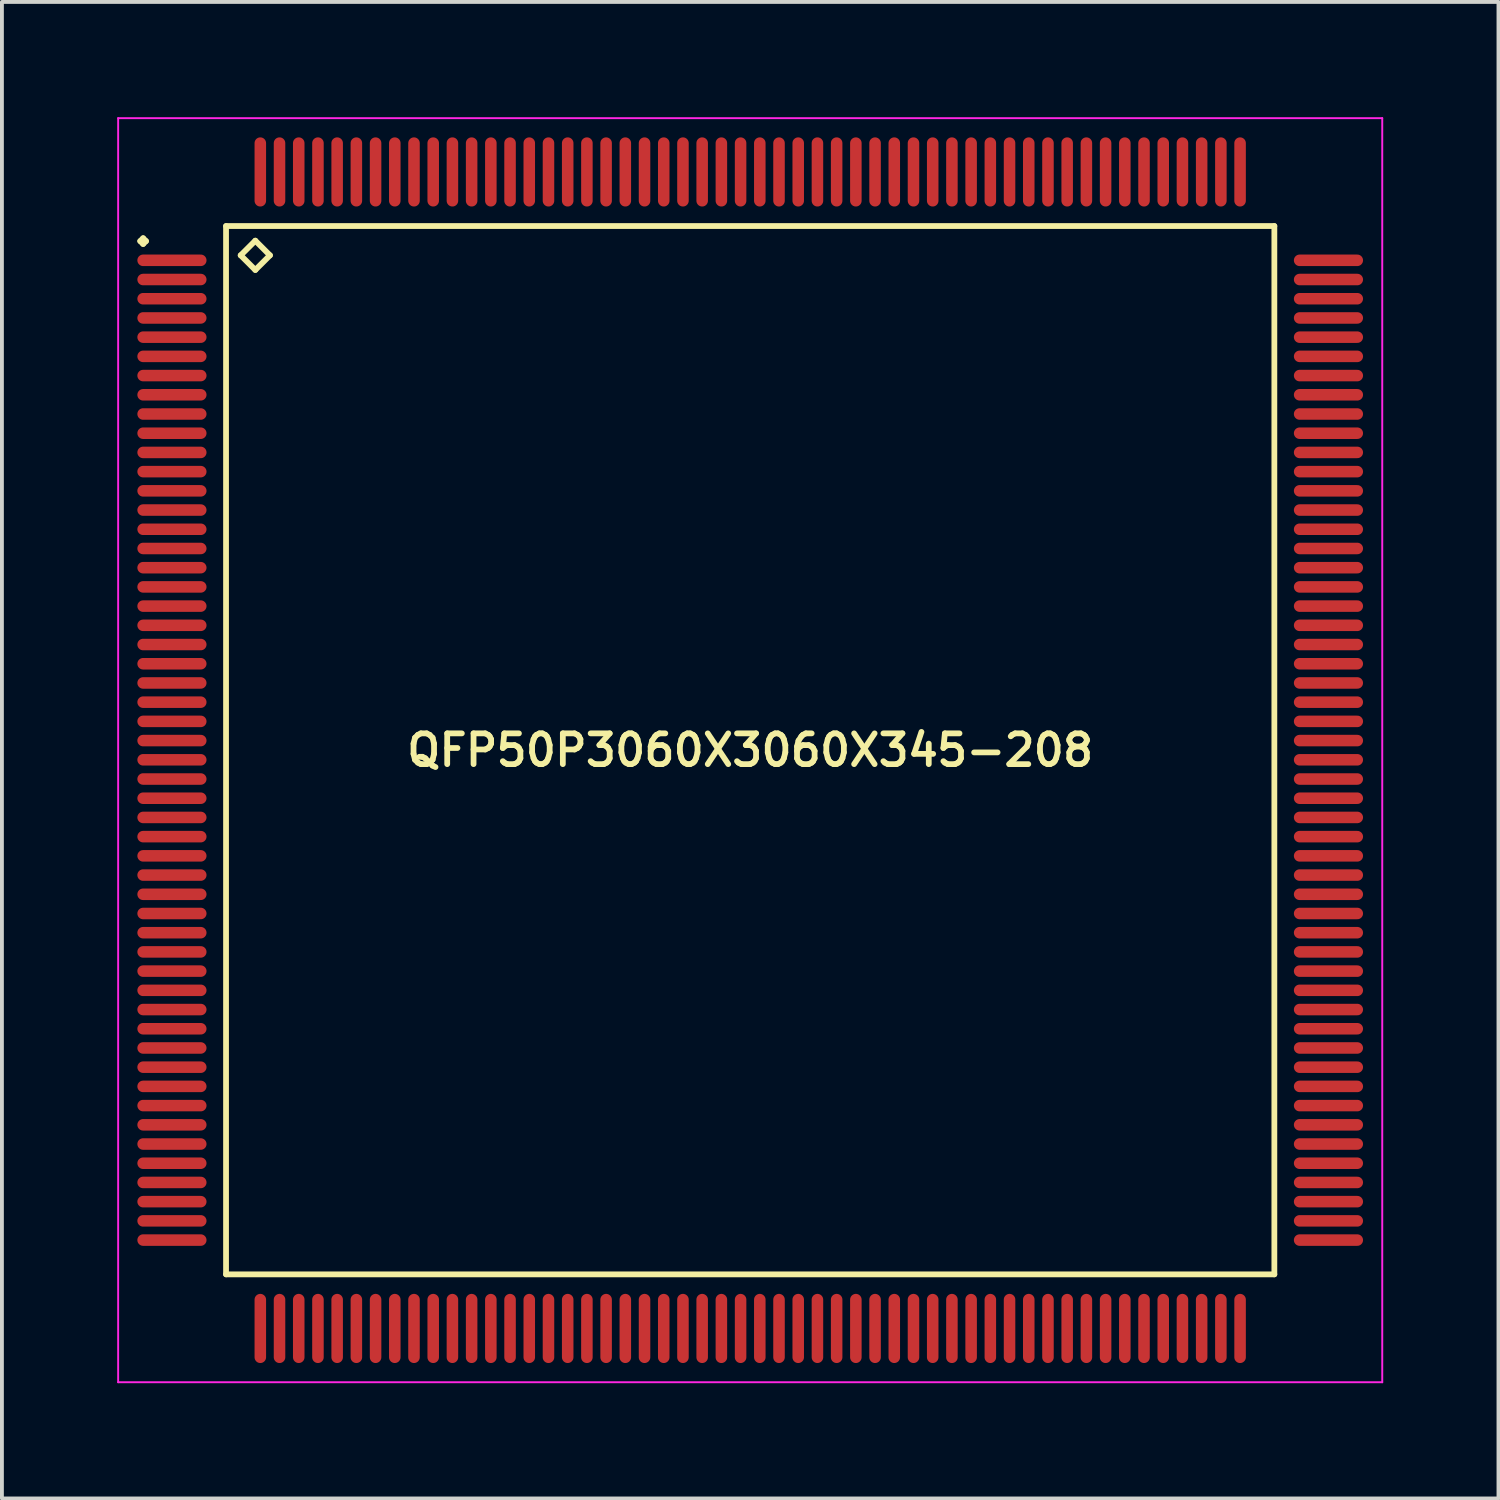
<source format=kicad_pcb>
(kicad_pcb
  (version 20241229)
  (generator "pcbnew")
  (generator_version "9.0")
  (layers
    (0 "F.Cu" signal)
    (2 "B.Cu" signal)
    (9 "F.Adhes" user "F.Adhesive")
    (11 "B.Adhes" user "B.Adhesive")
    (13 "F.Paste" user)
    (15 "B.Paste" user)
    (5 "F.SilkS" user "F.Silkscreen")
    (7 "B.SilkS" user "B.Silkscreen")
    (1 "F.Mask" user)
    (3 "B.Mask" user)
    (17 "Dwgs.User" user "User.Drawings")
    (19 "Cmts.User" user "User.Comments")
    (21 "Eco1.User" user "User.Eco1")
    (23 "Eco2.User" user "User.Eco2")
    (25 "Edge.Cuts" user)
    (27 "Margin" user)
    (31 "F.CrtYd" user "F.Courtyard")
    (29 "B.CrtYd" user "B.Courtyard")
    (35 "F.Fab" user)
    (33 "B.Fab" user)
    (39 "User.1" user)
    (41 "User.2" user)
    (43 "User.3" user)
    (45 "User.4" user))
  (footprint "QFP50P3060X3060X345-208"
    (layer "F.Cu")
    (at 16.475 16.475)
    (property "Reference" "QFP50P3060X3060X345-208" (at 0 0 0) (layer "F.SilkS") (effects (font (size 0.8 0.8) (thickness 0.15))))
    (attr smd)
    (fp_line (start -15.875 -13.25) (end -15.8 -13.325) (stroke (width 0.15) (type solid)) (layer "F.SilkS"))
    (fp_line (start -15.8 -13.325) (end -15.725 -13.25) (stroke (width 0.15) (type solid)) (layer "F.SilkS"))
    (fp_line (start -15.8 -13.175) (end -15.875 -13.25) (stroke (width 0.15) (type solid)) (layer "F.SilkS"))
    (fp_line (start -15.725 -13.25) (end -15.8 -13.175) (stroke (width 0.15) (type solid)) (layer "F.SilkS"))
    (fp_line (start -13.642 -13.642) (end -13.642 13.642) (stroke (width 0.15) (type solid)) (layer "F.SilkS"))
    (fp_line (start -13.642 13.642) (end 13.642 13.642) (stroke (width 0.15) (type solid)) (layer "F.SilkS"))
    (fp_line (start -13.261 -12.88) (end -12.88 -13.261) (stroke (width 0.15) (type solid)) (layer "F.SilkS"))
    (fp_line (start -12.88 -13.261) (end -12.499 -12.88) (stroke (width 0.15) (type solid)) (layer "F.SilkS"))
    (fp_line (start -12.88 -12.499) (end -13.261 -12.88) (stroke (width 0.15) (type solid)) (layer "F.SilkS"))
    (fp_line (start -12.499 -12.88) (end -12.88 -12.499) (stroke (width 0.15) (type solid)) (layer "F.SilkS"))
    (fp_line (start 13.642 -13.642) (end -13.642 -13.642) (stroke (width 0.15) (type solid)) (layer "F.SilkS"))
    (fp_line (start 13.642 13.642) (end 13.642 -13.642) (stroke (width 0.15) (type solid)) (layer "F.SilkS"))
    (fp_line (start -16.45 -16.45) (end 16.45 -16.45) (stroke (width 0.05) (type solid)) (layer "F.CrtYd"))
    (fp_line (start -16.45 16.45) (end -16.45 -16.45) (stroke (width 0.05) (type solid)) (layer "F.CrtYd"))
    (fp_line (start 16.45 -16.45) (end 16.45 16.45) (stroke (width 0.05) (type solid)) (layer "F.CrtYd"))
    (fp_line (start 16.45 16.45) (end -16.45 16.45) (stroke (width 0.05) (type solid)) (layer "F.CrtYd"))
    (pad "1" smd oval (at -15.05 -12.75) (size 1.8 0.3) (layers "F.Cu" "F.Mask" "F.Paste"))
    (pad "2" smd oval (at -15.05 -12.25) (size 1.8 0.3) (layers "F.Cu" "F.Mask" "F.Paste"))
    (pad "3" smd oval (at -15.05 -11.75) (size 1.8 0.3) (layers "F.Cu" "F.Mask" "F.Paste"))
    (pad "4" smd oval (at -15.05 -11.25) (size 1.8 0.3) (layers "F.Cu" "F.Mask" "F.Paste"))
    (pad "5" smd oval (at -15.05 -10.75) (size 1.8 0.3) (layers "F.Cu" "F.Mask" "F.Paste"))
    (pad "6" smd oval (at -15.05 -10.25) (size 1.8 0.3) (layers "F.Cu" "F.Mask" "F.Paste"))
    (pad "7" smd oval (at -15.05 -9.75) (size 1.8 0.3) (layers "F.Cu" "F.Mask" "F.Paste"))
    (pad "8" smd oval (at -15.05 -9.25) (size 1.8 0.3) (layers "F.Cu" "F.Mask" "F.Paste"))
    (pad "9" smd oval (at -15.05 -8.75) (size 1.8 0.3) (layers "F.Cu" "F.Mask" "F.Paste"))
    (pad "10" smd oval (at -15.05 -8.25) (size 1.8 0.3) (layers "F.Cu" "F.Mask" "F.Paste"))
    (pad "11" smd oval (at -15.05 -7.75) (size 1.8 0.3) (layers "F.Cu" "F.Mask" "F.Paste"))
    (pad "12" smd oval (at -15.05 -7.25) (size 1.8 0.3) (layers "F.Cu" "F.Mask" "F.Paste"))
    (pad "13" smd oval (at -15.05 -6.75) (size 1.8 0.3) (layers "F.Cu" "F.Mask" "F.Paste"))
    (pad "14" smd oval (at -15.05 -6.25) (size 1.8 0.3) (layers "F.Cu" "F.Mask" "F.Paste"))
    (pad "15" smd oval (at -15.05 -5.75) (size 1.8 0.3) (layers "F.Cu" "F.Mask" "F.Paste"))
    (pad "16" smd oval (at -15.05 -5.25) (size 1.8 0.3) (layers "F.Cu" "F.Mask" "F.Paste"))
    (pad "17" smd oval (at -15.05 -4.75) (size 1.8 0.3) (layers "F.Cu" "F.Mask" "F.Paste"))
    (pad "18" smd oval (at -15.05 -4.25) (size 1.8 0.3) (layers "F.Cu" "F.Mask" "F.Paste"))
    (pad "19" smd oval (at -15.05 -3.75) (size 1.8 0.3) (layers "F.Cu" "F.Mask" "F.Paste"))
    (pad "20" smd oval (at -15.05 -3.25) (size 1.8 0.3) (layers "F.Cu" "F.Mask" "F.Paste"))
    (pad "21" smd oval (at -15.05 -2.75) (size 1.8 0.3) (layers "F.Cu" "F.Mask" "F.Paste"))
    (pad "22" smd oval (at -15.05 -2.25) (size 1.8 0.3) (layers "F.Cu" "F.Mask" "F.Paste"))
    (pad "23" smd oval (at -15.05 -1.75) (size 1.8 0.3) (layers "F.Cu" "F.Mask" "F.Paste"))
    (pad "24" smd oval (at -15.05 -1.25) (size 1.8 0.3) (layers "F.Cu" "F.Mask" "F.Paste"))
    (pad "25" smd oval (at -15.05 -0.75) (size 1.8 0.3) (layers "F.Cu" "F.Mask" "F.Paste"))
    (pad "26" smd oval (at -15.05 -0.25) (size 1.8 0.3) (layers "F.Cu" "F.Mask" "F.Paste"))
    (pad "27" smd oval (at -15.05 0.25) (size 1.8 0.3) (layers "F.Cu" "F.Mask" "F.Paste"))
    (pad "28" smd oval (at -15.05 0.75) (size 1.8 0.3) (layers "F.Cu" "F.Mask" "F.Paste"))
    (pad "29" smd oval (at -15.05 1.25) (size 1.8 0.3) (layers "F.Cu" "F.Mask" "F.Paste"))
    (pad "30" smd oval (at -15.05 1.75) (size 1.8 0.3) (layers "F.Cu" "F.Mask" "F.Paste"))
    (pad "31" smd oval (at -15.05 2.25) (size 1.8 0.3) (layers "F.Cu" "F.Mask" "F.Paste"))
    (pad "32" smd oval (at -15.05 2.75) (size 1.8 0.3) (layers "F.Cu" "F.Mask" "F.Paste"))
    (pad "33" smd oval (at -15.05 3.25) (size 1.8 0.3) (layers "F.Cu" "F.Mask" "F.Paste"))
    (pad "34" smd oval (at -15.05 3.75) (size 1.8 0.3) (layers "F.Cu" "F.Mask" "F.Paste"))
    (pad "35" smd oval (at -15.05 4.25) (size 1.8 0.3) (layers "F.Cu" "F.Mask" "F.Paste"))
    (pad "36" smd oval (at -15.05 4.75) (size 1.8 0.3) (layers "F.Cu" "F.Mask" "F.Paste"))
    (pad "37" smd oval (at -15.05 5.25) (size 1.8 0.3) (layers "F.Cu" "F.Mask" "F.Paste"))
    (pad "38" smd oval (at -15.05 5.75) (size 1.8 0.3) (layers "F.Cu" "F.Mask" "F.Paste"))
    (pad "39" smd oval (at -15.05 6.25) (size 1.8 0.3) (layers "F.Cu" "F.Mask" "F.Paste"))
    (pad "40" smd oval (at -15.05 6.75) (size 1.8 0.3) (layers "F.Cu" "F.Mask" "F.Paste"))
    (pad "41" smd oval (at -15.05 7.25) (size 1.8 0.3) (layers "F.Cu" "F.Mask" "F.Paste"))
    (pad "42" smd oval (at -15.05 7.75) (size 1.8 0.3) (layers "F.Cu" "F.Mask" "F.Paste"))
    (pad "43" smd oval (at -15.05 8.25) (size 1.8 0.3) (layers "F.Cu" "F.Mask" "F.Paste"))
    (pad "44" smd oval (at -15.05 8.75) (size 1.8 0.3) (layers "F.Cu" "F.Mask" "F.Paste"))
    (pad "45" smd oval (at -15.05 9.25) (size 1.8 0.3) (layers "F.Cu" "F.Mask" "F.Paste"))
    (pad "46" smd oval (at -15.05 9.75) (size 1.8 0.3) (layers "F.Cu" "F.Mask" "F.Paste"))
    (pad "47" smd oval (at -15.05 10.25) (size 1.8 0.3) (layers "F.Cu" "F.Mask" "F.Paste"))
    (pad "48" smd oval (at -15.05 10.75) (size 1.8 0.3) (layers "F.Cu" "F.Mask" "F.Paste"))
    (pad "49" smd oval (at -15.05 11.25) (size 1.8 0.3) (layers "F.Cu" "F.Mask" "F.Paste"))
    (pad "50" smd oval (at -15.05 11.75) (size 1.8 0.3) (layers "F.Cu" "F.Mask" "F.Paste"))
    (pad "51" smd oval (at -15.05 12.25) (size 1.8 0.3) (layers "F.Cu" "F.Mask" "F.Paste"))
    (pad "52" smd oval (at -15.05 12.75) (size 1.8 0.3) (layers "F.Cu" "F.Mask" "F.Paste"))
    (pad "53" smd oval (at -12.75 15.05) (size 0.3 1.8) (layers "F.Cu" "F.Mask" "F.Paste"))
    (pad "54" smd oval (at -12.25 15.05) (size 0.3 1.8) (layers "F.Cu" "F.Mask" "F.Paste"))
    (pad "55" smd oval (at -11.75 15.05) (size 0.3 1.8) (layers "F.Cu" "F.Mask" "F.Paste"))
    (pad "56" smd oval (at -11.25 15.05) (size 0.3 1.8) (layers "F.Cu" "F.Mask" "F.Paste"))
    (pad "57" smd oval (at -10.75 15.05) (size 0.3 1.8) (layers "F.Cu" "F.Mask" "F.Paste"))
    (pad "58" smd oval (at -10.25 15.05) (size 0.3 1.8) (layers "F.Cu" "F.Mask" "F.Paste"))
    (pad "59" smd oval (at -9.75 15.05) (size 0.3 1.8) (layers "F.Cu" "F.Mask" "F.Paste"))
    (pad "60" smd oval (at -9.25 15.05) (size 0.3 1.8) (layers "F.Cu" "F.Mask" "F.Paste"))
    (pad "61" smd oval (at -8.75 15.05) (size 0.3 1.8) (layers "F.Cu" "F.Mask" "F.Paste"))
    (pad "62" smd oval (at -8.25 15.05) (size 0.3 1.8) (layers "F.Cu" "F.Mask" "F.Paste"))
    (pad "63" smd oval (at -7.75 15.05) (size 0.3 1.8) (layers "F.Cu" "F.Mask" "F.Paste"))
    (pad "64" smd oval (at -7.25 15.05) (size 0.3 1.8) (layers "F.Cu" "F.Mask" "F.Paste"))
    (pad "65" smd oval (at -6.75 15.05) (size 0.3 1.8) (layers "F.Cu" "F.Mask" "F.Paste"))
    (pad "66" smd oval (at -6.25 15.05) (size 0.3 1.8) (layers "F.Cu" "F.Mask" "F.Paste"))
    (pad "67" smd oval (at -5.75 15.05) (size 0.3 1.8) (layers "F.Cu" "F.Mask" "F.Paste"))
    (pad "68" smd oval (at -5.25 15.05) (size 0.3 1.8) (layers "F.Cu" "F.Mask" "F.Paste"))
    (pad "69" smd oval (at -4.75 15.05) (size 0.3 1.8) (layers "F.Cu" "F.Mask" "F.Paste"))
    (pad "70" smd oval (at -4.25 15.05) (size 0.3 1.8) (layers "F.Cu" "F.Mask" "F.Paste"))
    (pad "71" smd oval (at -3.75 15.05) (size 0.3 1.8) (layers "F.Cu" "F.Mask" "F.Paste"))
    (pad "72" smd oval (at -3.25 15.05) (size 0.3 1.8) (layers "F.Cu" "F.Mask" "F.Paste"))
    (pad "73" smd oval (at -2.75 15.05) (size 0.3 1.8) (layers "F.Cu" "F.Mask" "F.Paste"))
    (pad "74" smd oval (at -2.25 15.05) (size 0.3 1.8) (layers "F.Cu" "F.Mask" "F.Paste"))
    (pad "75" smd oval (at -1.75 15.05) (size 0.3 1.8) (layers "F.Cu" "F.Mask" "F.Paste"))
    (pad "76" smd oval (at -1.25 15.05) (size 0.3 1.8) (layers "F.Cu" "F.Mask" "F.Paste"))
    (pad "77" smd oval (at -0.75 15.05) (size 0.3 1.8) (layers "F.Cu" "F.Mask" "F.Paste"))
    (pad "78" smd oval (at -0.25 15.05) (size 0.3 1.8) (layers "F.Cu" "F.Mask" "F.Paste"))
    (pad "79" smd oval (at 0.25 15.05) (size 0.3 1.8) (layers "F.Cu" "F.Mask" "F.Paste"))
    (pad "80" smd oval (at 0.75 15.05) (size 0.3 1.8) (layers "F.Cu" "F.Mask" "F.Paste"))
    (pad "81" smd oval (at 1.25 15.05) (size 0.3 1.8) (layers "F.Cu" "F.Mask" "F.Paste"))
    (pad "82" smd oval (at 1.75 15.05) (size 0.3 1.8) (layers "F.Cu" "F.Mask" "F.Paste"))
    (pad "83" smd oval (at 2.25 15.05) (size 0.3 1.8) (layers "F.Cu" "F.Mask" "F.Paste"))
    (pad "84" smd oval (at 2.75 15.05) (size 0.3 1.8) (layers "F.Cu" "F.Mask" "F.Paste"))
    (pad "85" smd oval (at 3.25 15.05) (size 0.3 1.8) (layers "F.Cu" "F.Mask" "F.Paste"))
    (pad "86" smd oval (at 3.75 15.05) (size 0.3 1.8) (layers "F.Cu" "F.Mask" "F.Paste"))
    (pad "87" smd oval (at 4.25 15.05) (size 0.3 1.8) (layers "F.Cu" "F.Mask" "F.Paste"))
    (pad "88" smd oval (at 4.75 15.05) (size 0.3 1.8) (layers "F.Cu" "F.Mask" "F.Paste"))
    (pad "89" smd oval (at 5.25 15.05) (size 0.3 1.8) (layers "F.Cu" "F.Mask" "F.Paste"))
    (pad "90" smd oval (at 5.75 15.05) (size 0.3 1.8) (layers "F.Cu" "F.Mask" "F.Paste"))
    (pad "91" smd oval (at 6.25 15.05) (size 0.3 1.8) (layers "F.Cu" "F.Mask" "F.Paste"))
    (pad "92" smd oval (at 6.75 15.05) (size 0.3 1.8) (layers "F.Cu" "F.Mask" "F.Paste"))
    (pad "93" smd oval (at 7.25 15.05) (size 0.3 1.8) (layers "F.Cu" "F.Mask" "F.Paste"))
    (pad "94" smd oval (at 7.75 15.05) (size 0.3 1.8) (layers "F.Cu" "F.Mask" "F.Paste"))
    (pad "95" smd oval (at 8.25 15.05) (size 0.3 1.8) (layers "F.Cu" "F.Mask" "F.Paste"))
    (pad "96" smd oval (at 8.75 15.05) (size 0.3 1.8) (layers "F.Cu" "F.Mask" "F.Paste"))
    (pad "97" smd oval (at 9.25 15.05) (size 0.3 1.8) (layers "F.Cu" "F.Mask" "F.Paste"))
    (pad "98" smd oval (at 9.75 15.05) (size 0.3 1.8) (layers "F.Cu" "F.Mask" "F.Paste"))
    (pad "99" smd oval (at 10.25 15.05) (size 0.3 1.8) (layers "F.Cu" "F.Mask" "F.Paste"))
    (pad "100" smd oval (at 10.75 15.05) (size 0.3 1.8) (layers "F.Cu" "F.Mask" "F.Paste"))
    (pad "101" smd oval (at 11.25 15.05) (size 0.3 1.8) (layers "F.Cu" "F.Mask" "F.Paste"))
    (pad "102" smd oval (at 11.75 15.05) (size 0.3 1.8) (layers "F.Cu" "F.Mask" "F.Paste"))
    (pad "103" smd oval (at 12.25 15.05) (size 0.3 1.8) (layers "F.Cu" "F.Mask" "F.Paste"))
    (pad "104" smd oval (at 12.75 15.05) (size 0.3 1.8) (layers "F.Cu" "F.Mask" "F.Paste"))
    (pad "105" smd oval (at 15.05 12.75) (size 1.8 0.3) (layers "F.Cu" "F.Mask" "F.Paste"))
    (pad "106" smd oval (at 15.05 12.25) (size 1.8 0.3) (layers "F.Cu" "F.Mask" "F.Paste"))
    (pad "107" smd oval (at 15.05 11.75) (size 1.8 0.3) (layers "F.Cu" "F.Mask" "F.Paste"))
    (pad "108" smd oval (at 15.05 11.25) (size 1.8 0.3) (layers "F.Cu" "F.Mask" "F.Paste"))
    (pad "109" smd oval (at 15.05 10.75) (size 1.8 0.3) (layers "F.Cu" "F.Mask" "F.Paste"))
    (pad "110" smd oval (at 15.05 10.25) (size 1.8 0.3) (layers "F.Cu" "F.Mask" "F.Paste"))
    (pad "111" smd oval (at 15.05 9.75) (size 1.8 0.3) (layers "F.Cu" "F.Mask" "F.Paste"))
    (pad "112" smd oval (at 15.05 9.25) (size 1.8 0.3) (layers "F.Cu" "F.Mask" "F.Paste"))
    (pad "113" smd oval (at 15.05 8.75) (size 1.8 0.3) (layers "F.Cu" "F.Mask" "F.Paste"))
    (pad "114" smd oval (at 15.05 8.25) (size 1.8 0.3) (layers "F.Cu" "F.Mask" "F.Paste"))
    (pad "115" smd oval (at 15.05 7.75) (size 1.8 0.3) (layers "F.Cu" "F.Mask" "F.Paste"))
    (pad "116" smd oval (at 15.05 7.25) (size 1.8 0.3) (layers "F.Cu" "F.Mask" "F.Paste"))
    (pad "117" smd oval (at 15.05 6.75) (size 1.8 0.3) (layers "F.Cu" "F.Mask" "F.Paste"))
    (pad "118" smd oval (at 15.05 6.25) (size 1.8 0.3) (layers "F.Cu" "F.Mask" "F.Paste"))
    (pad "119" smd oval (at 15.05 5.75) (size 1.8 0.3) (layers "F.Cu" "F.Mask" "F.Paste"))
    (pad "120" smd oval (at 15.05 5.25) (size 1.8 0.3) (layers "F.Cu" "F.Mask" "F.Paste"))
    (pad "121" smd oval (at 15.05 4.75) (size 1.8 0.3) (layers "F.Cu" "F.Mask" "F.Paste"))
    (pad "122" smd oval (at 15.05 4.25) (size 1.8 0.3) (layers "F.Cu" "F.Mask" "F.Paste"))
    (pad "123" smd oval (at 15.05 3.75) (size 1.8 0.3) (layers "F.Cu" "F.Mask" "F.Paste"))
    (pad "124" smd oval (at 15.05 3.25) (size 1.8 0.3) (layers "F.Cu" "F.Mask" "F.Paste"))
    (pad "125" smd oval (at 15.05 2.75) (size 1.8 0.3) (layers "F.Cu" "F.Mask" "F.Paste"))
    (pad "126" smd oval (at 15.05 2.25) (size 1.8 0.3) (layers "F.Cu" "F.Mask" "F.Paste"))
    (pad "127" smd oval (at 15.05 1.75) (size 1.8 0.3) (layers "F.Cu" "F.Mask" "F.Paste"))
    (pad "128" smd oval (at 15.05 1.25) (size 1.8 0.3) (layers "F.Cu" "F.Mask" "F.Paste"))
    (pad "129" smd oval (at 15.05 0.75) (size 1.8 0.3) (layers "F.Cu" "F.Mask" "F.Paste"))
    (pad "130" smd oval (at 15.05 0.25) (size 1.8 0.3) (layers "F.Cu" "F.Mask" "F.Paste"))
    (pad "131" smd oval (at 15.05 -0.25) (size 1.8 0.3) (layers "F.Cu" "F.Mask" "F.Paste"))
    (pad "132" smd oval (at 15.05 -0.75) (size 1.8 0.3) (layers "F.Cu" "F.Mask" "F.Paste"))
    (pad "133" smd oval (at 15.05 -1.25) (size 1.8 0.3) (layers "F.Cu" "F.Mask" "F.Paste"))
    (pad "134" smd oval (at 15.05 -1.75) (size 1.8 0.3) (layers "F.Cu" "F.Mask" "F.Paste"))
    (pad "135" smd oval (at 15.05 -2.25) (size 1.8 0.3) (layers "F.Cu" "F.Mask" "F.Paste"))
    (pad "136" smd oval (at 15.05 -2.75) (size 1.8 0.3) (layers "F.Cu" "F.Mask" "F.Paste"))
    (pad "137" smd oval (at 15.05 -3.25) (size 1.8 0.3) (layers "F.Cu" "F.Mask" "F.Paste"))
    (pad "138" smd oval (at 15.05 -3.75) (size 1.8 0.3) (layers "F.Cu" "F.Mask" "F.Paste"))
    (pad "139" smd oval (at 15.05 -4.25) (size 1.8 0.3) (layers "F.Cu" "F.Mask" "F.Paste"))
    (pad "140" smd oval (at 15.05 -4.75) (size 1.8 0.3) (layers "F.Cu" "F.Mask" "F.Paste"))
    (pad "141" smd oval (at 15.05 -5.25) (size 1.8 0.3) (layers "F.Cu" "F.Mask" "F.Paste"))
    (pad "142" smd oval (at 15.05 -5.75) (size 1.8 0.3) (layers "F.Cu" "F.Mask" "F.Paste"))
    (pad "143" smd oval (at 15.05 -6.25) (size 1.8 0.3) (layers "F.Cu" "F.Mask" "F.Paste"))
    (pad "144" smd oval (at 15.05 -6.75) (size 1.8 0.3) (layers "F.Cu" "F.Mask" "F.Paste"))
    (pad "145" smd oval (at 15.05 -7.25) (size 1.8 0.3) (layers "F.Cu" "F.Mask" "F.Paste"))
    (pad "146" smd oval (at 15.05 -7.75) (size 1.8 0.3) (layers "F.Cu" "F.Mask" "F.Paste"))
    (pad "147" smd oval (at 15.05 -8.25) (size 1.8 0.3) (layers "F.Cu" "F.Mask" "F.Paste"))
    (pad "148" smd oval (at 15.05 -8.75) (size 1.8 0.3) (layers "F.Cu" "F.Mask" "F.Paste"))
    (pad "149" smd oval (at 15.05 -9.25) (size 1.8 0.3) (layers "F.Cu" "F.Mask" "F.Paste"))
    (pad "150" smd oval (at 15.05 -9.75) (size 1.8 0.3) (layers "F.Cu" "F.Mask" "F.Paste"))
    (pad "151" smd oval (at 15.05 -10.25) (size 1.8 0.3) (layers "F.Cu" "F.Mask" "F.Paste"))
    (pad "152" smd oval (at 15.05 -10.75) (size 1.8 0.3) (layers "F.Cu" "F.Mask" "F.Paste"))
    (pad "153" smd oval (at 15.05 -11.25) (size 1.8 0.3) (layers "F.Cu" "F.Mask" "F.Paste"))
    (pad "154" smd oval (at 15.05 -11.75) (size 1.8 0.3) (layers "F.Cu" "F.Mask" "F.Paste"))
    (pad "155" smd oval (at 15.05 -12.25) (size 1.8 0.3) (layers "F.Cu" "F.Mask" "F.Paste"))
    (pad "156" smd oval (at 15.05 -12.75) (size 1.8 0.3) (layers "F.Cu" "F.Mask" "F.Paste"))
    (pad "157" smd oval (at 12.75 -15.05) (size 0.3 1.8) (layers "F.Cu" "F.Mask" "F.Paste"))
    (pad "158" smd oval (at 12.25 -15.05) (size 0.3 1.8) (layers "F.Cu" "F.Mask" "F.Paste"))
    (pad "159" smd oval (at 11.75 -15.05) (size 0.3 1.8) (layers "F.Cu" "F.Mask" "F.Paste"))
    (pad "160" smd oval (at 11.25 -15.05) (size 0.3 1.8) (layers "F.Cu" "F.Mask" "F.Paste"))
    (pad "161" smd oval (at 10.75 -15.05) (size 0.3 1.8) (layers "F.Cu" "F.Mask" "F.Paste"))
    (pad "162" smd oval (at 10.25 -15.05) (size 0.3 1.8) (layers "F.Cu" "F.Mask" "F.Paste"))
    (pad "163" smd oval (at 9.75 -15.05) (size 0.3 1.8) (layers "F.Cu" "F.Mask" "F.Paste"))
    (pad "164" smd oval (at 9.25 -15.05) (size 0.3 1.8) (layers "F.Cu" "F.Mask" "F.Paste"))
    (pad "165" smd oval (at 8.75 -15.05) (size 0.3 1.8) (layers "F.Cu" "F.Mask" "F.Paste"))
    (pad "166" smd oval (at 8.25 -15.05) (size 0.3 1.8) (layers "F.Cu" "F.Mask" "F.Paste"))
    (pad "167" smd oval (at 7.75 -15.05) (size 0.3 1.8) (layers "F.Cu" "F.Mask" "F.Paste"))
    (pad "168" smd oval (at 7.25 -15.05) (size 0.3 1.8) (layers "F.Cu" "F.Mask" "F.Paste"))
    (pad "169" smd oval (at 6.75 -15.05) (size 0.3 1.8) (layers "F.Cu" "F.Mask" "F.Paste"))
    (pad "170" smd oval (at 6.25 -15.05) (size 0.3 1.8) (layers "F.Cu" "F.Mask" "F.Paste"))
    (pad "171" smd oval (at 5.75 -15.05) (size 0.3 1.8) (layers "F.Cu" "F.Mask" "F.Paste"))
    (pad "172" smd oval (at 5.25 -15.05) (size 0.3 1.8) (layers "F.Cu" "F.Mask" "F.Paste"))
    (pad "173" smd oval (at 4.75 -15.05) (size 0.3 1.8) (layers "F.Cu" "F.Mask" "F.Paste"))
    (pad "174" smd oval (at 4.25 -15.05) (size 0.3 1.8) (layers "F.Cu" "F.Mask" "F.Paste"))
    (pad "175" smd oval (at 3.75 -15.05) (size 0.3 1.8) (layers "F.Cu" "F.Mask" "F.Paste"))
    (pad "176" smd oval (at 3.25 -15.05) (size 0.3 1.8) (layers "F.Cu" "F.Mask" "F.Paste"))
    (pad "177" smd oval (at 2.75 -15.05) (size 0.3 1.8) (layers "F.Cu" "F.Mask" "F.Paste"))
    (pad "178" smd oval (at 2.25 -15.05) (size 0.3 1.8) (layers "F.Cu" "F.Mask" "F.Paste"))
    (pad "179" smd oval (at 1.75 -15.05) (size 0.3 1.8) (layers "F.Cu" "F.Mask" "F.Paste"))
    (pad "180" smd oval (at 1.25 -15.05) (size 0.3 1.8) (layers "F.Cu" "F.Mask" "F.Paste"))
    (pad "181" smd oval (at 0.75 -15.05) (size 0.3 1.8) (layers "F.Cu" "F.Mask" "F.Paste"))
    (pad "182" smd oval (at 0.25 -15.05) (size 0.3 1.8) (layers "F.Cu" "F.Mask" "F.Paste"))
    (pad "183" smd oval (at -0.25 -15.05) (size 0.3 1.8) (layers "F.Cu" "F.Mask" "F.Paste"))
    (pad "184" smd oval (at -0.75 -15.05) (size 0.3 1.8) (layers "F.Cu" "F.Mask" "F.Paste"))
    (pad "185" smd oval (at -1.25 -15.05) (size 0.3 1.8) (layers "F.Cu" "F.Mask" "F.Paste"))
    (pad "186" smd oval (at -1.75 -15.05) (size 0.3 1.8) (layers "F.Cu" "F.Mask" "F.Paste"))
    (pad "187" smd oval (at -2.25 -15.05) (size 0.3 1.8) (layers "F.Cu" "F.Mask" "F.Paste"))
    (pad "188" smd oval (at -2.75 -15.05) (size 0.3 1.8) (layers "F.Cu" "F.Mask" "F.Paste"))
    (pad "189" smd oval (at -3.25 -15.05) (size 0.3 1.8) (layers "F.Cu" "F.Mask" "F.Paste"))
    (pad "190" smd oval (at -3.75 -15.05) (size 0.3 1.8) (layers "F.Cu" "F.Mask" "F.Paste"))
    (pad "191" smd oval (at -4.25 -15.05) (size 0.3 1.8) (layers "F.Cu" "F.Mask" "F.Paste"))
    (pad "192" smd oval (at -4.75 -15.05) (size 0.3 1.8) (layers "F.Cu" "F.Mask" "F.Paste"))
    (pad "193" smd oval (at -5.25 -15.05) (size 0.3 1.8) (layers "F.Cu" "F.Mask" "F.Paste"))
    (pad "194" smd oval (at -5.75 -15.05) (size 0.3 1.8) (layers "F.Cu" "F.Mask" "F.Paste"))
    (pad "195" smd oval (at -6.25 -15.05) (size 0.3 1.8) (layers "F.Cu" "F.Mask" "F.Paste"))
    (pad "196" smd oval (at -6.75 -15.05) (size 0.3 1.8) (layers "F.Cu" "F.Mask" "F.Paste"))
    (pad "197" smd oval (at -7.25 -15.05) (size 0.3 1.8) (layers "F.Cu" "F.Mask" "F.Paste"))
    (pad "198" smd oval (at -7.75 -15.05) (size 0.3 1.8) (layers "F.Cu" "F.Mask" "F.Paste"))
    (pad "199" smd oval (at -8.25 -15.05) (size 0.3 1.8) (layers "F.Cu" "F.Mask" "F.Paste"))
    (pad "200" smd oval (at -8.75 -15.05) (size 0.3 1.8) (layers "F.Cu" "F.Mask" "F.Paste"))
    (pad "201" smd oval (at -9.25 -15.05) (size 0.3 1.8) (layers "F.Cu" "F.Mask" "F.Paste"))
    (pad "202" smd oval (at -9.75 -15.05) (size 0.3 1.8) (layers "F.Cu" "F.Mask" "F.Paste"))
    (pad "203" smd oval (at -10.25 -15.05) (size 0.3 1.8) (layers "F.Cu" "F.Mask" "F.Paste"))
    (pad "204" smd oval (at -10.75 -15.05) (size 0.3 1.8) (layers "F.Cu" "F.Mask" "F.Paste"))
    (pad "205" smd oval (at -11.25 -15.05) (size 0.3 1.8) (layers "F.Cu" "F.Mask" "F.Paste"))
    (pad "206" smd oval (at -11.75 -15.05) (size 0.3 1.8) (layers "F.Cu" "F.Mask" "F.Paste"))
    (pad "207" smd oval (at -12.25 -15.05) (size 0.3 1.8) (layers "F.Cu" "F.Mask" "F.Paste"))
    (pad "208" smd oval (at -12.75 -15.05) (size 0.3 1.8) (layers "F.Cu" "F.Mask" "F.Paste")))
  (gr_rect
    (start -3 -3)
    (end 35.95 35.95)
    (stroke (width 0.1) (type default))
    (fill no)
    (layer "Edge.Cuts")))
</source>
